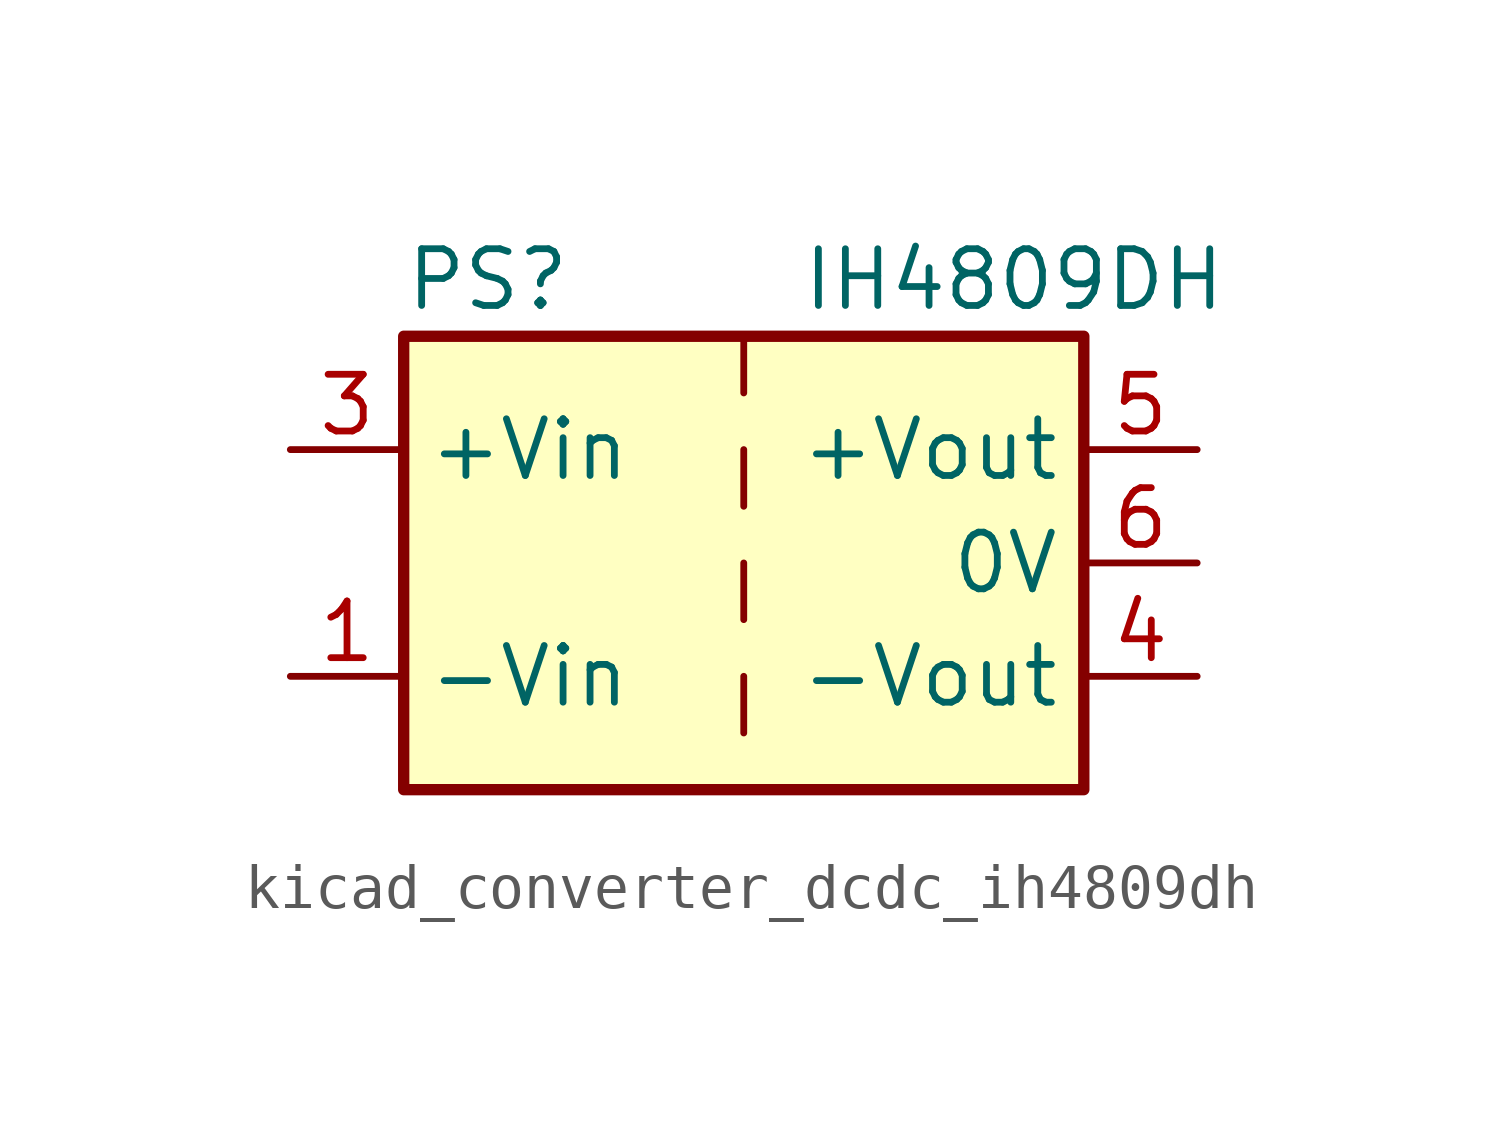
<source format=kicad_sym>
(kicad_symbol_lib
  (version 20220914)
  (generator kicad_symbol_editor)
  (symbol "kicad_converter_dcdc_ih4809dh"
    (property "Reference" "PS"
      (at -7.62 6.35 0)
      (effects (font (size 1.27 1.27)) (justify left)))
    (property "Value" "IH4809DH"
      (at 1.27 6.35 0)
      (effects (font (size 1.27 1.27)) (justify left)))
    (symbol "kicad_converter_dcdc_ih4809dh_0_0"
      (pin power_in line (at -10.16 -2.54 0) (length 2.54) (name "-Vin" (effects (font (size 1.27 1.27)))) (number "1" (effects (font (size 1.27 1.27)))))
      (pin power_in line (at -10.16 2.54 0) (length 2.54) (name "+Vin" (effects (font (size 1.27 1.27)))) (number "3" (effects (font (size 1.27 1.27)))))
      (pin power_out line (at 10.16 -2.54 180) (length 2.54) (name "-Vout" (effects (font (size 1.27 1.27)))) (number "4" (effects (font (size 1.27 1.27)))))
      (pin power_out line (at 10.16 2.54 180) (length 2.54) (name "+Vout" (effects (font (size 1.27 1.27)))) (number "5" (effects (font (size 1.27 1.27)))))
      (pin power_out line (at 10.16 0 180) (length 2.54) (name "0V" (effects (font (size 1.27 1.27)))) (number "6" (effects (font (size 1.27 1.27))))))
    (symbol "kicad_converter_dcdc_ih4809dh_0_1"
      (rectangle (start -7.62 5.08) (end 7.62 -5.08) (stroke (width 0.254) (type default)) (fill (type background)))
      (polyline (pts (xy 0 -2.54) (xy 0 -3.81)) (stroke (width 0) (type default)) (fill (type none)))
      (polyline (pts (xy 0 0) (xy 0 -1.27)) (stroke (width 0) (type default)) (fill (type none)))
      (polyline (pts (xy 0 2.54) (xy 0 1.27)) (stroke (width 0) (type default)) (fill (type none)))
      (polyline (pts (xy 0 5.08) (xy 0 3.81)) (stroke (width 0) (type default)) (fill (type none))))
    (symbol "kicad_converter_dcdc_ih4809dh_1_1"
      (pin no_connect line (at 0 -5.08 90) (length 2.54) hide (name "NC" (effects (font (size 1.27 1.27)))) (number "2" (effects (font (size 1.27 1.27))))))))
</source>
